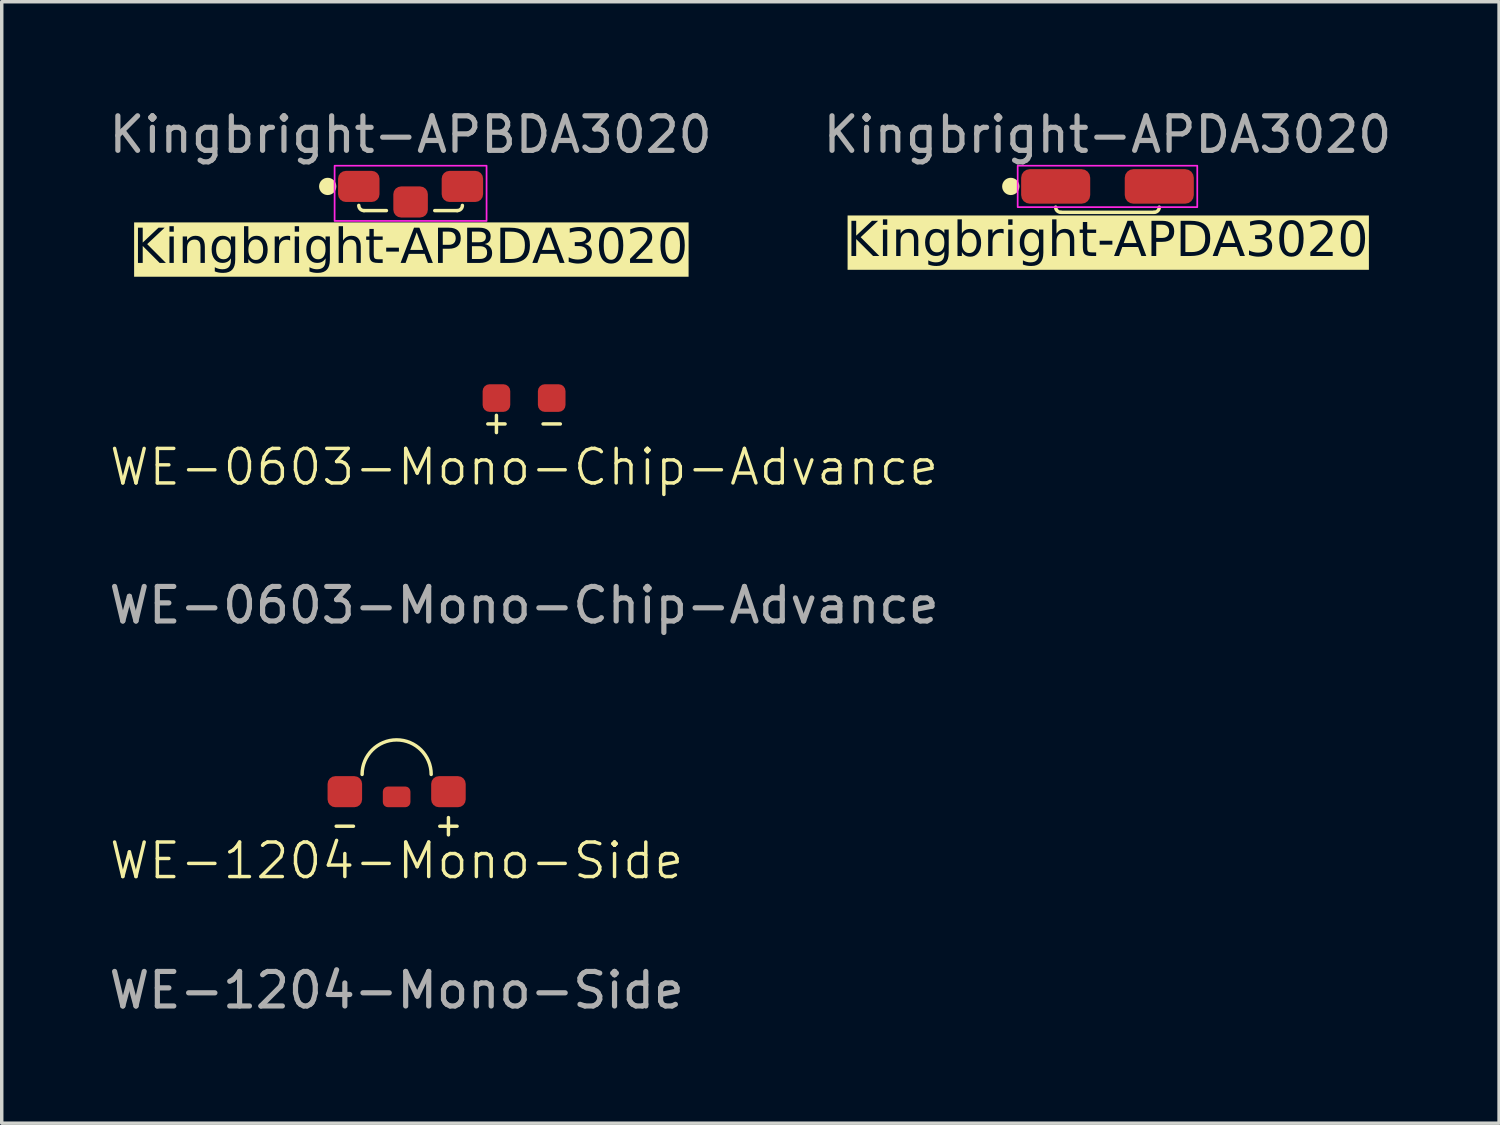
<source format=kicad_pcb>
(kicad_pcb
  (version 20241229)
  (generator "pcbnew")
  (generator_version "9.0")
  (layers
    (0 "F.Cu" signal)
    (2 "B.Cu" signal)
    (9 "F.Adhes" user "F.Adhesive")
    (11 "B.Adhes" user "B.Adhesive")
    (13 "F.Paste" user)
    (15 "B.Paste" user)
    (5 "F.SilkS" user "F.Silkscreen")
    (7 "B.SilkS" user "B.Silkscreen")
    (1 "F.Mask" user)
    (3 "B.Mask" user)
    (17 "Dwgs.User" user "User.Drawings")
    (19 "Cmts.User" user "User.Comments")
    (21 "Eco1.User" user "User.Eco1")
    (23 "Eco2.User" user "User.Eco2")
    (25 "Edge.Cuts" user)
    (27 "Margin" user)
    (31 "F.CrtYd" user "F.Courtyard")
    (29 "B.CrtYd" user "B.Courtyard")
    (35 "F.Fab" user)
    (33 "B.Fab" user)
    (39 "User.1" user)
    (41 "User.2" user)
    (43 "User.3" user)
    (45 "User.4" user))
  (footprint "Kingbright-APBDA3020"
    (layer "F.Cu")
    (at 8.839 2.348)
    (property "Reference" "Kingbright-APBDA3020" (at 0 1.8 0) (unlocked yes) (layer "F.SilkS" knockout) (effects (font (face "Futura") (size 1 1) (thickness 0.1))))
    (attr smd)
    (fp_line (start -1.35 0.7) (end -0.7 0.7) (stroke (width 0.1) (type default)) (layer "F.SilkS"))
    (fp_line (start 1.35 0.7) (end 0.7 0.7) (stroke (width 0.1) (type default)) (layer "F.SilkS"))
    (fp_arc (start -1.35 0.7) (mid -1.456066 0.656066) (end -1.5 0.55) (stroke (width 0.1) (type default)) (layer "F.SilkS"))
    (fp_arc (start 1.5 0.55) (mid 1.456066 0.656066) (end 1.35 0.7) (stroke (width 0.1) (type default)) (layer "F.SilkS"))
    (fp_circle (center -2.4 0) (end -2.2 0) (stroke (width 0.1) (type solid)) (fill yes) (layer "F.SilkS"))
    (fp_rect (start -2.2 -0.6) (end 2.2 1) (stroke (width 0.05) (type default)) (fill no) (layer "F.CrtYd"))
    (fp_text user "${REFERENCE}" (at 0 -1.5 0) (unlocked yes) (layer "F.Fab") (effects (font (size 1 1) (thickness 0.15))))
    (pad "1" smd roundrect (at -1.5 0) (size 1.2 0.9) (layers "F.Cu" "F.Mask" "F.Paste") (roundrect_rratio 0.25))
    (pad "2" smd roundrect (at 0 0.45) (size 1 0.9) (layers "F.Cu" "F.Mask" "F.Paste") (roundrect_rratio 0.25))
    (pad "3" smd roundrect (at 1.5 0) (size 1.2 0.9) (layers "F.Cu" "F.Mask" "F.Paste") (roundrect_rratio 0.25)))
  (footprint "WE-0603-Mono-Chip-Advance"
    (layer "F.Cu")
    (at 12.125 8.476)
    (property "Reference" "WE-0603-Mono-Chip-Advance" (at 0 2 0) (unlocked yes) (layer "F.SilkS") (effects (font (size 1 1) (thickness 0.1))))
    (attr smd)
    (fp_line (start -1.05 0.75) (end -0.55 0.75) (stroke (width 0.1) (type default)) (layer "F.SilkS"))
    (fp_line (start -0.8 0.5) (end -0.8 1) (stroke (width 0.1) (type default)) (layer "F.SilkS"))
    (fp_line (start 0.55 0.75) (end 1.05 0.75) (stroke (width 0.1) (type default)) (layer "F.SilkS"))
    (fp_text user "${REFERENCE}" (at 0 6 0) (unlocked yes) (layer "F.Fab") (effects (font (size 1 1) (thickness 0.15))))
    (pad "1" smd roundrect (at 0.8 0) (size 0.8 0.8) (layers "F.Cu" "F.Mask" "F.Paste") (roundrect_rratio 0.25))
    (pad "2" smd roundrect (at -0.8 0) (size 0.8 0.8) (layers "F.Cu" "F.Mask" "F.Paste") (roundrect_rratio 0.25)))
  (footprint "Kingbright-APDA3020"
    (layer "F.Cu")
    (at 29.018 2.348)
    (property "Reference" "Kingbright-APDA3020" (at 0 1.6 0) (unlocked yes) (layer "F.SilkS" knockout) (effects (font (face "Futura") (size 1 1) (thickness 0.1))))
    (attr smd)
    (fp_line (start -1.35 0.75) (end 1.35 0.75) (stroke (width 0.1) (type default)) (layer "F.SilkS"))
    (fp_arc (start -1.35 0.75) (mid -1.456066 0.706066) (end -1.5 0.6) (stroke (width 0.1) (type default)) (layer "F.SilkS"))
    (fp_arc (start 1.5 0.6) (mid 1.456066 0.706066) (end 1.35 0.75) (stroke (width 0.1) (type default)) (layer "F.SilkS"))
    (fp_circle (center -2.8 0) (end -2.6 0) (stroke (width 0.1) (type solid)) (fill yes) (layer "F.SilkS"))
    (fp_rect (start -2.6 -0.6) (end 2.6 0.6) (stroke (width 0.05) (type default)) (fill no) (layer "F.CrtYd"))
    (fp_text user "${REFERENCE}" (at 0 -1.5 0) (unlocked yes) (layer "F.Fab") (effects (font (size 1 1) (thickness 0.15))))
    (pad "1" smd roundrect (at -1.5 0) (size 2 1) (layers "F.Cu" "F.Mask" "F.Paste") (roundrect_rratio 0.25))
    (pad "2" smd roundrect (at 1.5 0) (size 2 1) (layers "F.Cu" "F.Mask" "F.Paste") (roundrect_rratio 0.25)))
  (footprint "WE-1204-Mono-Side"
    (layer "F.Cu")
    (at 8.435 19.874)
    (property "Reference" "WE-1204-Mono-Side" (at 0 2 0) (unlocked yes) (layer "F.SilkS") (effects (font (size 1 1) (thickness 0.1))))
    (attr smd)
    (fp_line (start -1.75 1) (end -1.25 1) (stroke (width 0.1) (type default)) (layer "F.SilkS"))
    (fp_line (start 1.25 1) (end 1.75 1) (stroke (width 0.1) (type default)) (layer "F.SilkS"))
    (fp_line (start 1.5 0.75) (end 1.5 1.25) (stroke (width 0.1) (type default)) (layer "F.SilkS"))
    (fp_arc (start -1 -0.5) (mid 0 -1.5) (end 1 -0.5) (stroke (width 0.1) (type default)) (layer "F.SilkS"))
    (fp_text user "${REFERENCE}" (at 0 5.75 0) (unlocked yes) (layer "F.Fab") (effects (font (size 1 1) (thickness 0.15))))
    (pad "1" smd roundrect (at -1.5 0) (size 1 0.9) (layers "F.Cu" "F.Mask" "F.Paste") (roundrect_rratio 0.25))
    (pad "2" smd roundrect (at 1.5 0) (size 1 0.9) (layers "F.Cu" "F.Mask" "F.Paste") (roundrect_rratio 0.25))
    (pad "X" smd roundrect (at 0 0.15) (size 0.8 0.6) (layers "F.Cu" "F.Mask" "F.Paste") (roundrect_rratio 0.25)))
  (gr_rect
    (start -3 -3)
    (end 40.357 29.473)
    (stroke (width 0.1) (type default))
    (fill no)
    (layer "Edge.Cuts")))
</source>
